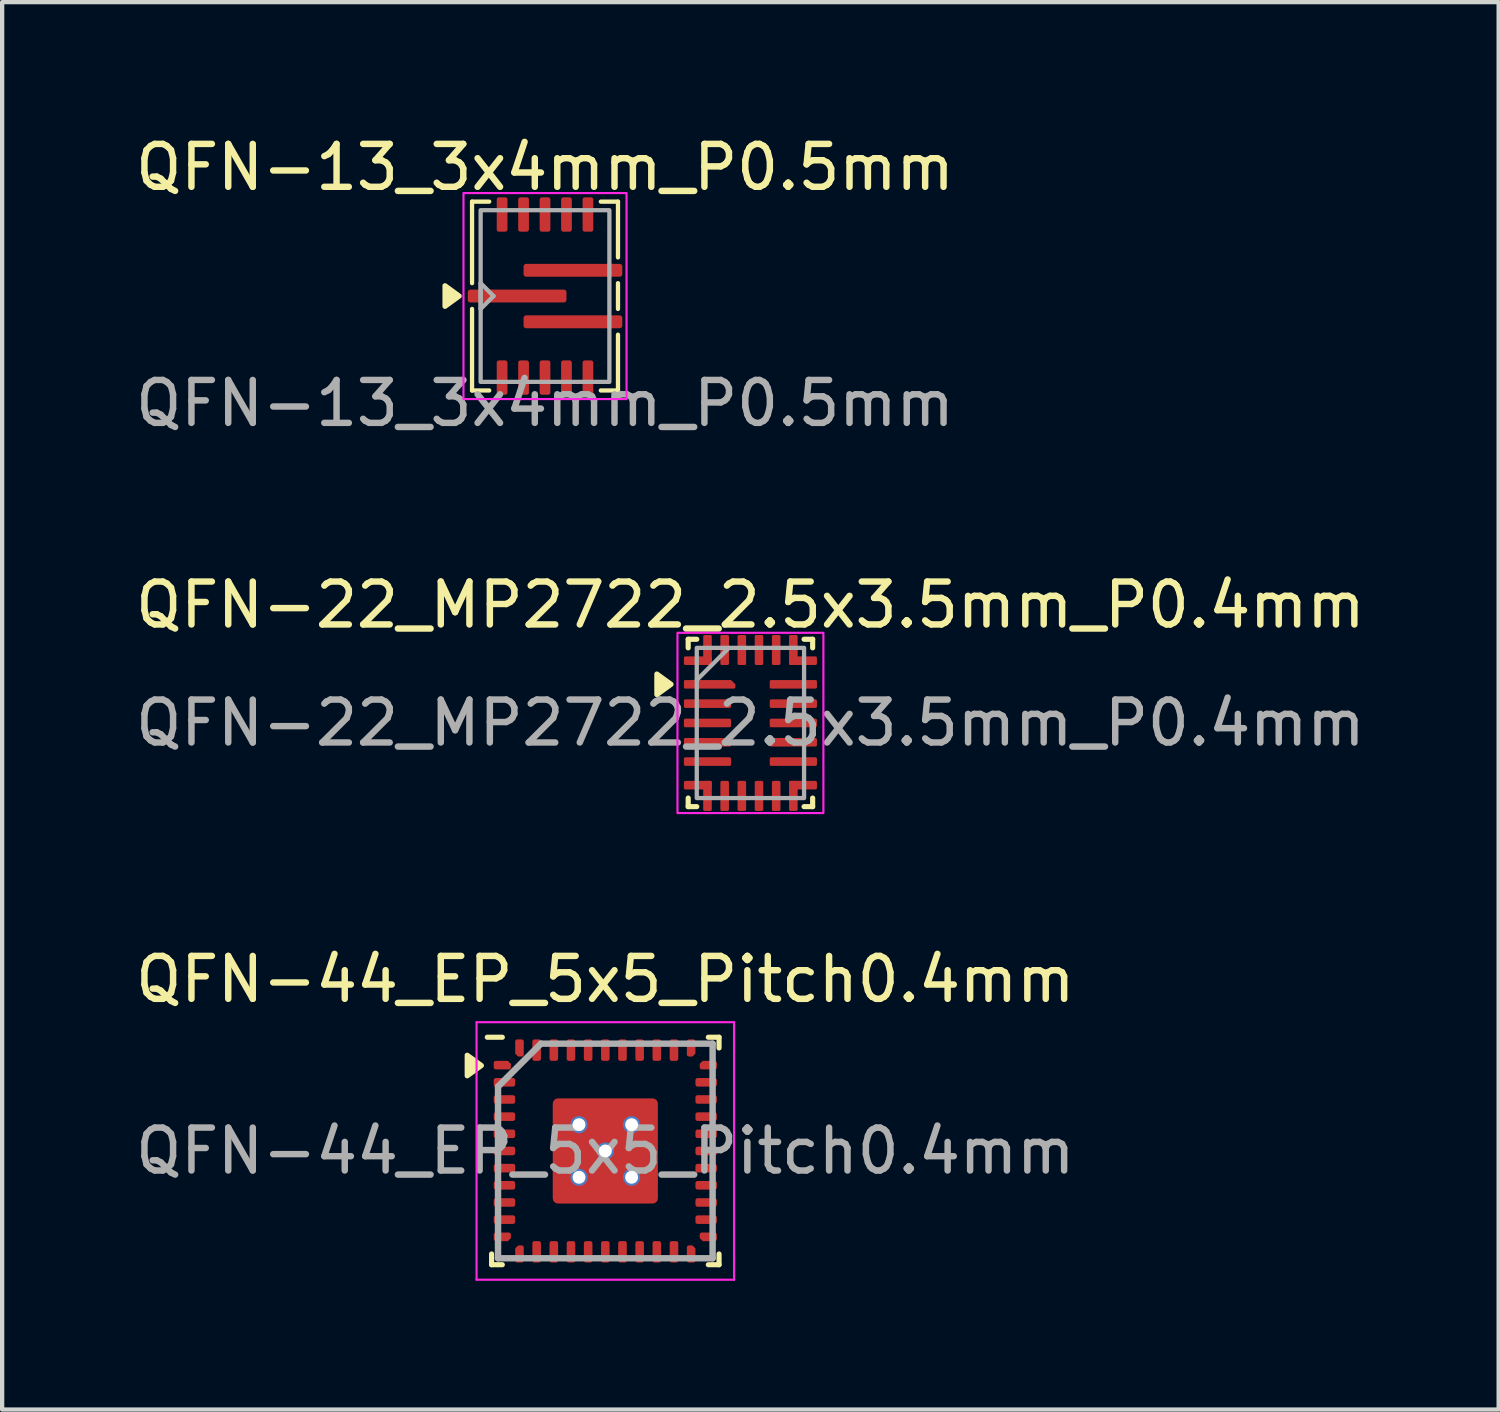
<source format=kicad_pcb>
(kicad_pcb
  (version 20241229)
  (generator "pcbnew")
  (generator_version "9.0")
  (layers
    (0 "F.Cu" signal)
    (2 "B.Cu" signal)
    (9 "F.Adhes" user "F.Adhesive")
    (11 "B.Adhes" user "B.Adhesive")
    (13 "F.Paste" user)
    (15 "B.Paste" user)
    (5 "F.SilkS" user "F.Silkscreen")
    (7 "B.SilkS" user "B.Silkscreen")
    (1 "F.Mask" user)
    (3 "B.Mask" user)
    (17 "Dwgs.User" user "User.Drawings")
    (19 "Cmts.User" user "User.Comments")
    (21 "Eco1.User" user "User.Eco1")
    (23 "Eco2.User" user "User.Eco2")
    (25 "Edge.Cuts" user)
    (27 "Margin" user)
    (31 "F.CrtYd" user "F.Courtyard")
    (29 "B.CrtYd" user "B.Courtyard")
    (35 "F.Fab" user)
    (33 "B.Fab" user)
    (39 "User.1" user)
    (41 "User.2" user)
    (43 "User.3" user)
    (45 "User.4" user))
  (footprint "QFN-13_3x4mm_P0.5mm"
    (layer "F.Cu")
    (at 9.649 3.848)
    (property "Reference" "QFN-13_3x4mm_P0.5mm" (at 0 -3 0) (layer "F.SilkS") (effects (font (size 1 1) (thickness 0.15))))
    (attr smd)
    (fp_line (start -1.7 -2.2) (end -1.7 -0.3) (stroke (width 0.1) (type default)) (layer "F.SilkS"))
    (fp_line (start -1.7 -2.2) (end -1.3 -2.2) (stroke (width 0.1) (type default)) (layer "F.SilkS"))
    (fp_line (start -1.7 0.3) (end -1.7 2.2) (stroke (width 0.1) (type default)) (layer "F.SilkS"))
    (fp_line (start -1.7 2.2) (end -1.3 2.2) (stroke (width 0.1) (type default)) (layer "F.SilkS"))
    (fp_line (start 1.3 2.2) (end 1.7 2.2) (stroke (width 0.1) (type default)) (layer "F.SilkS"))
    (fp_line (start 1.7 -2.2) (end 1.3 -2.2) (stroke (width 0.1) (type default)) (layer "F.SilkS"))
    (fp_line (start 1.7 -0.9) (end 1.7 -2.2) (stroke (width 0.1) (type default)) (layer "F.SilkS"))
    (fp_line (start 1.7 0.3) (end 1.7 -0.3) (stroke (width 0.1) (type default)) (layer "F.SilkS"))
    (fp_line (start 1.7 2.2) (end 1.7 0.9) (stroke (width 0.1) (type default)) (layer "F.SilkS"))
    (fp_poly (pts (xy -2 0) (xy -2.33 0.24) (xy -2.33 -0.24) (xy -2 0)) (stroke (width 0.12) (type solid)) (fill yes) (layer "F.SilkS"))
    (fp_rect (start -1.9 -2.4) (end 1.9 2.4) (stroke (width 0.05) (type default)) (fill no) (layer "F.CrtYd"))
    (fp_line (start -1.5 -0.3) (end -1.2 0) (stroke (width 0.1) (type default)) (layer "F.Fab"))
    (fp_line (start -1.5 0.3) (end -1.5 -0.3) (stroke (width 0.1) (type default)) (layer "F.Fab"))
    (fp_line (start -1.2 0) (end -1.5 0.3) (stroke (width 0.1) (type default)) (layer "F.Fab"))
    (fp_rect (start -1.5 -2) (end 1.5 2) (stroke (width 0.1) (type default)) (fill no) (layer "F.Fab"))
    (fp_text user "${REFERENCE}" (at 0 2.5 0) (unlocked yes) (layer "F.Fab") (effects (font (size 1 1) (thickness 0.15))))
    (pad "1" smd roundrect (at -0.65 0 90) (size 0.3 2.3) (layers "F.Cu" "F.Mask" "F.Paste") (roundrect_rratio 0.2))
    (pad "2" smd roundrect (at -1 1.9 180) (size 0.25 0.8) (layers "F.Cu" "F.Mask" "F.Paste") (roundrect_rratio 0.2))
    (pad "3" smd roundrect (at -0.5 1.9 180) (size 0.25 0.8) (layers "F.Cu" "F.Mask" "F.Paste") (roundrect_rratio 0.2))
    (pad "4" smd roundrect (at 0 1.9 180) (size 0.25 0.8) (layers "F.Cu" "F.Mask" "F.Paste") (roundrect_rratio 0.2))
    (pad "5" smd roundrect (at 0.5 1.9 180) (size 0.25 0.8) (layers "F.Cu" "F.Mask" "F.Paste") (roundrect_rratio 0.2))
    (pad "6" smd roundrect (at 1 1.9 180) (size 0.25 0.8) (layers "F.Cu" "F.Mask" "F.Paste") (roundrect_rratio 0.2))
    (pad "7" smd roundrect (at 0.65 0.6 90) (size 0.3 2.3) (layers "F.Cu" "F.Mask" "F.Paste") (roundrect_rratio 0.2))
    (pad "8" smd roundrect (at 0.65 -0.6 90) (size 0.3 2.3) (layers "F.Cu" "F.Mask" "F.Paste") (roundrect_rratio 0.2))
    (pad "9" smd roundrect (at 1 -1.9) (size 0.25 0.8) (layers "F.Cu" "F.Mask" "F.Paste") (roundrect_rratio 0.2))
    (pad "10" smd roundrect (at 0.5 -1.9) (size 0.25 0.8) (layers "F.Cu" "F.Mask" "F.Paste") (roundrect_rratio 0.2))
    (pad "11" smd roundrect (at 0 -1.9) (size 0.25 0.8) (layers "F.Cu" "F.Mask" "F.Paste") (roundrect_rratio 0.2))
    (pad "12" smd roundrect (at -0.5 -1.9) (size 0.25 0.8) (layers "F.Cu" "F.Mask" "F.Paste") (roundrect_rratio 0.2))
    (pad "13" smd roundrect (at -1 -1.9) (size 0.25 0.8) (layers "F.Cu" "F.Mask" "F.Paste") (roundrect_rratio 0.2)))
  (footprint "QFN-22_MP2722_2.5x3.5mm_P0.4mm"
    (layer "F.Cu")
    (at 14.435 13.795)
    (property "Reference" "QFN-22_MP2722_2.5x3.5mm_P0.4mm" (at 0 -2.75 0) (unlocked yes) (layer "F.SilkS") (effects (font (size 1 1) (thickness 0.15))))
    (attr smd)
    (fp_line (start -1.45 -1.95) (end -1.25 -1.95) (stroke (width 0.12) (type solid)) (layer "F.SilkS"))
    (fp_line (start -1.45 -1.75) (end -1.45 -1.95) (stroke (width 0.12) (type solid)) (layer "F.SilkS"))
    (fp_line (start -1.45 1.95) (end -1.45 1.75) (stroke (width 0.12) (type solid)) (layer "F.SilkS"))
    (fp_line (start -1.25 1.95) (end -1.45 1.95) (stroke (width 0.12) (type solid)) (layer "F.SilkS"))
    (fp_line (start 1.25 -1.95) (end 1.45 -1.95) (stroke (width 0.12) (type solid)) (layer "F.SilkS"))
    (fp_line (start 1.45 -1.95) (end 1.45 -1.75) (stroke (width 0.12) (type solid)) (layer "F.SilkS"))
    (fp_line (start 1.45 1.75) (end 1.45 1.95) (stroke (width 0.12) (type solid)) (layer "F.SilkS"))
    (fp_line (start 1.45 1.95) (end 1.25 1.95) (stroke (width 0.12) (type solid)) (layer "F.SilkS"))
    (fp_poly (pts (xy -1.85 -0.9) (xy -2.18 -0.66) (xy -2.18 -1.14) (xy -1.85 -0.9)) (stroke (width 0.12) (type solid)) (fill yes) (layer "F.SilkS"))
    (fp_rect (start -1.7 -2.1) (end 1.7 2.1) (stroke (width 0.05) (type default)) (fill no) (layer "F.CrtYd"))
    (fp_line (start -1.25 -1) (end -0.5 -1.75) (stroke (width 0.1) (type default)) (layer "F.Fab"))
    (fp_rect (start -1.25 -1.75) (end 1.25 1.75) (stroke (width 0.1) (type default)) (fill no) (layer "F.Fab"))
    (fp_text user "${REFERENCE}" (at 0 0 0) (unlocked yes) (layer "F.Fab") (effects (font (size 1 1) (thickness 0.15))))
    (pad "1" smd roundrect (at -0.95 -0.9) (size 1.2 0.2) (layers "F.Cu" "F.Mask" "F.Paste") (roundrect_rratio 0.164) (chamfer_ratio 0.5) (chamfer top_right))
    (pad "2" smd roundrect (at -1 -0.45) (size 1.1 0.2) (layers "F.Cu" "F.Mask" "F.Paste") (roundrect_rratio 0.175))
    (pad "3" smd roundrect (at -1 0) (size 1.1 0.2) (layers "F.Cu" "F.Mask" "F.Paste") (roundrect_rratio 0.175))
    (pad "4" smd roundrect (at -1 0.45) (size 1.1 0.2) (layers "F.Cu" "F.Mask" "F.Paste") (roundrect_rratio 0.175))
    (pad "5" smd roundrect (at -1 0.9) (size 1.1 0.2) (layers "F.Cu" "F.Mask" "F.Paste") (roundrect_rratio 0.175))
    (pad "6" smd roundrect (at -1.225 1.45) (size 0.65 0.2) (layers "F.Cu" "F.Mask" "F.Paste") (roundrect_rratio 0.175))
    (pad "6" smd roundrect (at -1 1.7 90) (size 0.7 0.2) (layers "F.Cu" "F.Mask" "F.Paste") (roundrect_rratio 0.175))
    (pad "7" smd roundrect (at -0.6 1.7 90) (size 0.7 0.2) (layers "F.Cu" "F.Mask" "F.Paste") (roundrect_rratio 0.175))
    (pad "8" smd roundrect (at -0.2 1.7 90) (size 0.7 0.2) (layers "F.Cu" "F.Mask" "F.Paste") (roundrect_rratio 0.175))
    (pad "9" smd roundrect (at 0.2 1.7 90) (size 0.7 0.2) (layers "F.Cu" "F.Mask" "F.Paste") (roundrect_rratio 0.175))
    (pad "10" smd roundrect (at 0.6 1.7 90) (size 0.7 0.2) (layers "F.Cu" "F.Mask" "F.Paste") (roundrect_rratio 0.175))
    (pad "11" smd roundrect (at 1 1.7 90) (size 0.7 0.2) (layers "F.Cu" "F.Mask" "F.Paste") (roundrect_rratio 0.175))
    (pad "11" smd roundrect (at 1.225 1.45) (size 0.65 0.2) (layers "F.Cu" "F.Mask" "F.Paste") (roundrect_rratio 0.175))
    (pad "12" smd roundrect (at 1 0.9) (size 1.1 0.2) (layers "F.Cu" "F.Mask" "F.Paste") (roundrect_rratio 0.175))
    (pad "13" smd roundrect (at 1 0.45) (size 1.1 0.2) (layers "F.Cu" "F.Mask" "F.Paste") (roundrect_rratio 0.175))
    (pad "14" smd roundrect (at 1 0) (size 1.1 0.2) (layers "F.Cu" "F.Mask" "F.Paste") (roundrect_rratio 0.175))
    (pad "15" smd roundrect (at 1 -0.45) (size 1.1 0.2) (layers "F.Cu" "F.Mask" "F.Paste") (roundrect_rratio 0.175))
    (pad "16" smd roundrect (at 1 -0.9) (size 1.1 0.2) (layers "F.Cu" "F.Mask" "F.Paste") (roundrect_rratio 0.175))
    (pad "17" smd roundrect (at 1 -1.7 90) (size 0.7 0.2) (layers "F.Cu" "F.Mask" "F.Paste") (roundrect_rratio 0.175))
    (pad "17" smd roundrect (at 1.225 -1.45) (size 0.65 0.2) (layers "F.Cu" "F.Mask" "F.Paste") (roundrect_rratio 0.175))
    (pad "18" smd roundrect (at 0.6 -1.7 90) (size 0.7 0.2) (layers "F.Cu" "F.Mask" "F.Paste") (roundrect_rratio 0.175))
    (pad "19" smd roundrect (at 0.2 -1.7 90) (size 0.7 0.2) (layers "F.Cu" "F.Mask" "F.Paste") (roundrect_rratio 0.175))
    (pad "20" smd roundrect (at -0.2 -1.7 90) (size 0.7 0.2) (layers "F.Cu" "F.Mask" "F.Paste") (roundrect_rratio 0.175))
    (pad "21" smd roundrect (at -0.6 -1.7 90) (size 0.7 0.2) (layers "F.Cu" "F.Mask" "F.Paste") (roundrect_rratio 0.175))
    (pad "22" smd roundrect (at -1.225 -1.45) (size 0.65 0.2) (layers "F.Cu" "F.Mask" "F.Paste") (roundrect_rratio 0.175))
    (pad "22" smd roundrect (at -1 -1.7 90) (size 0.7 0.2) (layers "F.Cu" "F.Mask" "F.Paste") (roundrect_rratio 0.175)))
  (footprint "QFN-44_EP_5x5_Pitch0.4mm"
    (layer "F.Cu")
    (at 11.054 23.768)
    (property "Reference" "QFN-44_EP_5x5_Pitch0.4mm" (at 0 -4 0) (layer "F.SilkS") (effects (font (size 1 1) (thickness 0.15))))
    (attr smd)
    (fp_line (start -2.65 2.65) (end -2.65 2.4) (stroke (width 0.12) (type default)) (layer "F.SilkS"))
    (fp_line (start -2.4 -2.65) (end -2.75 -2.65) (stroke (width 0.12) (type default)) (layer "F.SilkS"))
    (fp_line (start -2.4 2.65) (end -2.65 2.65) (stroke (width 0.12) (type default)) (layer "F.SilkS"))
    (fp_line (start 2.4 -2.65) (end 2.65 -2.65) (stroke (width 0.12) (type default)) (layer "F.SilkS"))
    (fp_line (start 2.4 2.65) (end 2.65 2.65) (stroke (width 0.12) (type default)) (layer "F.SilkS"))
    (fp_line (start 2.65 -2.65) (end 2.65 -2.4) (stroke (width 0.12) (type default)) (layer "F.SilkS"))
    (fp_line (start 2.65 2.65) (end 2.65 2.4) (stroke (width 0.12) (type default)) (layer "F.SilkS"))
    (fp_poly (pts (xy -2.888 -1.991) (xy -3.218 -1.751) (xy -3.218 -2.231)) (stroke (width 0.12) (type solid)) (fill yes) (layer "F.SilkS"))
    (fp_rect (start -1.119 -1.119) (end -0.719 -0.719) (stroke (width 0.05) (type solid)) (fill yes) (layer "F.Paste"))
    (fp_rect (start -1.119 -0.5) (end -0.719 -0.1) (stroke (width 0.05) (type solid)) (fill yes) (layer "F.Paste"))
    (fp_rect (start -1.119 0.106) (end -0.719 0.506) (stroke (width 0.05) (type solid)) (fill yes) (layer "F.Paste"))
    (fp_rect (start -1.119 0.719) (end -0.719 1.119) (stroke (width 0.05) (type solid)) (fill yes) (layer "F.Paste"))
    (fp_rect (start -0.506 -1.119) (end -0.106 -0.719) (stroke (width 0.05) (type solid)) (fill yes) (layer "F.Paste"))
    (fp_rect (start -0.506 -0.5) (end -0.106 -0.1) (stroke (width 0.05) (type solid)) (fill yes) (layer "F.Paste"))
    (fp_rect (start -0.506 0.106) (end -0.106 0.506) (stroke (width 0.05) (type solid)) (fill yes) (layer "F.Paste"))
    (fp_rect (start -0.506 0.719) (end -0.106 1.119) (stroke (width 0.05) (type solid)) (fill yes) (layer "F.Paste"))
    (fp_rect (start 0.106 -1.119) (end 0.506 -0.719) (stroke (width 0.05) (type solid)) (fill yes) (layer "F.Paste"))
    (fp_rect (start 0.106 -0.5) (end 0.506 -0.1) (stroke (width 0.05) (type solid)) (fill yes) (layer "F.Paste"))
    (fp_rect (start 0.106 0.106) (end 0.506 0.506) (stroke (width 0.05) (type solid)) (fill yes) (layer "F.Paste"))
    (fp_rect (start 0.106 0.719) (end 0.506 1.119) (stroke (width 0.05) (type solid)) (fill yes) (layer "F.Paste"))
    (fp_rect (start 0.719 -1.119) (end 1.119 -0.719) (stroke (width 0.05) (type solid)) (fill yes) (layer "F.Paste"))
    (fp_rect (start 0.719 -0.5) (end 1.119 -0.1) (stroke (width 0.05) (type solid)) (fill yes) (layer "F.Paste"))
    (fp_rect (start 0.719 0.106) (end 1.119 0.506) (stroke (width 0.05) (type solid)) (fill yes) (layer "F.Paste"))
    (fp_rect (start 0.719 0.719) (end 1.119 1.119) (stroke (width 0.05) (type solid)) (fill yes) (layer "F.Paste"))
    (fp_line (start -3 -3) (end 3 -3) (stroke (width 0.05) (type default)) (layer "F.CrtYd"))
    (fp_line (start -3 3) (end -3 -3) (stroke (width 0.05) (type default)) (layer "F.CrtYd"))
    (fp_line (start 3 -3) (end 3 3) (stroke (width 0.05) (type default)) (layer "F.CrtYd"))
    (fp_line (start 3 3) (end -3 3) (stroke (width 0.05) (type default)) (layer "F.CrtYd"))
    (fp_line (start -2.5 -1.5) (end -2.5 2.5) (stroke (width 0.15) (type default)) (layer "F.Fab"))
    (fp_line (start -2.5 2.5) (end 2.5 2.5) (stroke (width 0.15) (type default)) (layer "F.Fab"))
    (fp_line (start -1.5 -2.5) (end -2.5 -1.5) (stroke (width 0.15) (type default)) (layer "F.Fab"))
    (fp_line (start 2.5 -2.5) (end -1.5 -2.5) (stroke (width 0.15) (type default)) (layer "F.Fab"))
    (fp_line (start 2.5 2.5) (end 2.5 -2.5) (stroke (width 0.15) (type default)) (layer "F.Fab"))
    (fp_text user "${REFERENCE}" (at 0 0 0) (layer "F.Fab") (effects (font (size 1 1) (thickness 0.15))))
    (pad "" smd rect (at -0.919 -0.919) (size 0.000001 0.000001) (layers "F.Paste"))
    (pad "" smd rect (at -0.919 -0.306) (size 0.000001 0.000001) (layers "F.Paste"))
    (pad "" smd rect (at -0.919 0.306) (size 0.000001 0.000001) (layers "F.Paste"))
    (pad "" smd rect (at -0.919 0.919) (size 0.000001 0.000001) (layers "F.Paste"))
    (pad "" smd rect (at -0.306 -0.919) (size 0.000001 0.000001) (layers "F.Paste"))
    (pad "" smd rect (at -0.306 -0.306) (size 0.000001 0.000001) (layers "F.Paste"))
    (pad "" smd rect (at -0.306 0.306) (size 0.000001 0.000001) (layers "F.Paste"))
    (pad "" smd rect (at -0.306 0.919) (size 0.000001 0.000001) (layers "F.Paste"))
    (pad "" smd rect (at 0.306 -0.919) (size 0.000001 0.000001) (layers "F.Paste"))
    (pad "" smd rect (at 0.306 -0.306) (size 0.000001 0.000001) (layers "F.Paste"))
    (pad "" smd rect (at 0.306 0.306) (size 0.000001 0.000001) (layers "F.Paste"))
    (pad "" smd rect (at 0.306 0.919) (size 0.000001 0.000001) (layers "F.Paste"))
    (pad "" smd rect (at 0.919 -0.919) (size 0.000001 0.000001) (layers "F.Paste"))
    (pad "" smd rect (at 0.919 -0.306) (size 0.000001 0.000001) (layers "F.Paste"))
    (pad "" smd rect (at 0.919 0.306) (size 0.000001 0.000001) (layers "F.Paste"))
    (pad "" smd rect (at 0.919 0.919) (size 0.000001 0.000001) (layers "F.Paste"))
    (pad "1" smd roundrect (at -2.4 -2 90) (size 0.2 0.4) (layers "F.Cu" "F.Mask" "F.Paste") (roundrect_rratio 0.25) (chamfer_ratio 0.35) (chamfer bottom_right))
    (pad "2" smd roundrect (at -2.35 -1.6 90) (size 0.2 0.5) (layers "F.Cu" "F.Mask" "F.Paste") (roundrect_rratio 0.25))
    (pad "3" smd roundrect (at -2.35 -1.2 90) (size 0.2 0.5) (layers "F.Cu" "F.Mask" "F.Paste") (roundrect_rratio 0.25))
    (pad "4" smd roundrect (at -2.35 -0.8 90) (size 0.2 0.5) (layers "F.Cu" "F.Mask" "F.Paste") (roundrect_rratio 0.25))
    (pad "5" smd roundrect (at -2.35 -0.4 90) (size 0.2 0.5) (layers "F.Cu" "F.Mask" "F.Paste") (roundrect_rratio 0.25))
    (pad "6" smd roundrect (at -2.35 0 90) (size 0.2 0.5) (layers "F.Cu" "F.Mask" "F.Paste") (roundrect_rratio 0.25))
    (pad "7" smd roundrect (at -2.35 0.4 90) (size 0.2 0.5) (layers "F.Cu" "F.Mask" "F.Paste") (roundrect_rratio 0.25))
    (pad "8" smd roundrect (at -2.35 0.8 90) (size 0.2 0.5) (layers "F.Cu" "F.Mask" "F.Paste") (roundrect_rratio 0.25))
    (pad "9" smd roundrect (at -2.35 1.2 90) (size 0.2 0.5) (layers "F.Cu" "F.Mask" "F.Paste") (roundrect_rratio 0.25))
    (pad "10" smd roundrect (at -2.35 1.6 90) (size 0.2 0.5) (layers "F.Cu" "F.Mask" "F.Paste") (roundrect_rratio 0.25))
    (pad "11" smd roundrect (at -2.4 2 90) (size 0.2 0.4) (layers "F.Cu" "F.Mask" "F.Paste") (roundrect_rratio 0.25) (chamfer_ratio 0.35) (chamfer bottom_left))
    (pad "12" smd roundrect (at -2 2.4) (size 0.2 0.4) (layers "F.Cu" "F.Mask" "F.Paste") (roundrect_rratio 0.25) (chamfer_ratio 0.35) (chamfer top_left))
    (pad "13" smd roundrect (at -1.6 2.35) (size 0.2 0.5) (layers "F.Cu" "F.Mask" "F.Paste") (roundrect_rratio 0.25))
    (pad "14" smd roundrect (at -1.2 2.35) (size 0.2 0.5) (layers "F.Cu" "F.Mask" "F.Paste") (roundrect_rratio 0.25))
    (pad "15" smd roundrect (at -0.8 2.35) (size 0.2 0.5) (layers "F.Cu" "F.Mask" "F.Paste") (roundrect_rratio 0.25))
    (pad "16" smd roundrect (at -0.4 2.35) (size 0.2 0.5) (layers "F.Cu" "F.Mask" "F.Paste") (roundrect_rratio 0.25))
    (pad "17" smd roundrect (at 0 2.35) (size 0.2 0.5) (layers "F.Cu" "F.Mask" "F.Paste") (roundrect_rratio 0.25))
    (pad "18" smd roundrect (at 0.4 2.35) (size 0.2 0.5) (layers "F.Cu" "F.Mask" "F.Paste") (roundrect_rratio 0.25))
    (pad "19" smd roundrect (at 0.8 2.35) (size 0.2 0.5) (layers "F.Cu" "F.Mask" "F.Paste") (roundrect_rratio 0.25))
    (pad "20" smd roundrect (at 1.2 2.35) (size 0.2 0.5) (layers "F.Cu" "F.Mask" "F.Paste") (roundrect_rratio 0.25))
    (pad "21" smd roundrect (at 1.6 2.35) (size 0.2 0.5) (layers "F.Cu" "F.Mask" "F.Paste") (roundrect_rratio 0.25))
    (pad "22" smd roundrect (at 2 2.4) (size 0.2 0.4) (layers "F.Cu" "F.Mask" "F.Paste") (roundrect_rratio 0.25) (chamfer_ratio 0.35) (chamfer top_right))
    (pad "23" smd roundrect (at 2.4 2 90) (size 0.2 0.4) (layers "F.Cu" "F.Mask" "F.Paste") (roundrect_rratio 0.25) (chamfer_ratio 0.35) (chamfer top_left))
    (pad "24" smd roundrect (at 2.35 1.6 90) (size 0.2 0.5) (layers "F.Cu" "F.Mask" "F.Paste") (roundrect_rratio 0.25))
    (pad "25" smd roundrect (at 2.35 1.2 90) (size 0.2 0.5) (layers "F.Cu" "F.Mask" "F.Paste") (roundrect_rratio 0.25))
    (pad "26" smd roundrect (at 2.35 0.8 90) (size 0.2 0.5) (layers "F.Cu" "F.Mask" "F.Paste") (roundrect_rratio 0.25))
    (pad "27" smd roundrect (at 2.35 0.4 90) (size 0.2 0.5) (layers "F.Cu" "F.Mask" "F.Paste") (roundrect_rratio 0.25))
    (pad "28" smd roundrect (at 2.35 0 90) (size 0.2 0.5) (layers "F.Cu" "F.Mask" "F.Paste") (roundrect_rratio 0.25))
    (pad "29" smd roundrect (at 2.35 -0.4 90) (size 0.2 0.5) (layers "F.Cu" "F.Mask" "F.Paste") (roundrect_rratio 0.25))
    (pad "30" smd roundrect (at 2.35 -0.8 90) (size 0.2 0.5) (layers "F.Cu" "F.Mask" "F.Paste") (roundrect_rratio 0.25))
    (pad "31" smd roundrect (at 2.35 -1.2 90) (size 0.2 0.5) (layers "F.Cu" "F.Mask" "F.Paste") (roundrect_rratio 0.25))
    (pad "32" smd roundrect (at 2.35 -1.6 90) (size 0.2 0.5) (layers "F.Cu" "F.Mask" "F.Paste") (roundrect_rratio 0.25))
    (pad "33" smd roundrect (at 2.4 -2 90) (size 0.2 0.4) (layers "F.Cu" "F.Mask" "F.Paste") (roundrect_rratio 0.25) (chamfer_ratio 0.35) (chamfer top_right))
    (pad "34" smd roundrect (at 2 -2.4) (size 0.2 0.4) (layers "F.Cu" "F.Mask" "F.Paste") (roundrect_rratio 0.25) (chamfer_ratio 0.35) (chamfer bottom_right))
    (pad "35" smd roundrect (at 1.6 -2.35) (size 0.2 0.5) (layers "F.Cu" "F.Mask" "F.Paste") (roundrect_rratio 0.25))
    (pad "36" smd roundrect (at 1.2 -2.35) (size 0.2 0.5) (layers "F.Cu" "F.Mask" "F.Paste") (roundrect_rratio 0.25))
    (pad "37" smd roundrect (at 0.8 -2.35) (size 0.2 0.5) (layers "F.Cu" "F.Mask" "F.Paste") (roundrect_rratio 0.25))
    (pad "38" smd roundrect (at 0.4 -2.35) (size 0.2 0.5) (layers "F.Cu" "F.Mask" "F.Paste") (roundrect_rratio 0.25))
    (pad "39" smd roundrect (at 0 -2.35) (size 0.2 0.5) (layers "F.Cu" "F.Mask" "F.Paste") (roundrect_rratio 0.25))
    (pad "40" smd roundrect (at -0.4 -2.35) (size 0.2 0.5) (layers "F.Cu" "F.Mask" "F.Paste") (roundrect_rratio 0.25))
    (pad "41" smd roundrect (at -0.8 -2.35) (size 0.2 0.5) (layers "F.Cu" "F.Mask" "F.Paste") (roundrect_rratio 0.25))
    (pad "42" smd roundrect (at -1.2 -2.35) (size 0.2 0.5) (layers "F.Cu" "F.Mask" "F.Paste") (roundrect_rratio 0.25))
    (pad "43" smd roundrect (at -1.6 -2.35) (size 0.2 0.5) (layers "F.Cu" "F.Mask" "F.Paste") (roundrect_rratio 0.25))
    (pad "44" smd roundrect (at -2 -2.4) (size 0.2 0.4) (layers "F.Cu" "F.Mask" "F.Paste") (roundrect_rratio 0.25) (chamfer_ratio 0.35) (chamfer bottom_left))
    (pad "45" thru_hole circle (at -0.613 -0.613) (size 0.4 0.4) (drill 0.3) (property pad_prop_heatsink) (layers "*.Cu" "*.Mask"))
    (pad "45" thru_hole circle (at -0.613 0.613) (size 0.4 0.4) (drill 0.3) (property pad_prop_heatsink) (layers "*.Cu" "*.Mask"))
    (pad "45" thru_hole circle (at 0 0) (size 0.4 0.4) (drill 0.3) (property pad_prop_heatsink) (layers "*.Cu" "*.Mask"))
    (pad "45" smd roundrect (at 0 0) (size 2.45 2.45) (layers "F.Cu" "F.Mask") (roundrect_rratio 0.05))
    (pad "45" thru_hole circle (at 0.613 -0.613) (size 0.4 0.4) (drill 0.3) (property pad_prop_heatsink) (layers "*.Cu" "*.Mask"))
    (pad "45" thru_hole circle (at 0.613 0.613) (size 0.4 0.4) (drill 0.3) (property pad_prop_heatsink) (layers "*.Cu" "*.Mask")))
  (gr_rect
    (start -3 -3)
    (end 31.869 29.793)
    (stroke (width 0.1) (type default))
    (fill no)
    (layer "Edge.Cuts")))
</source>
